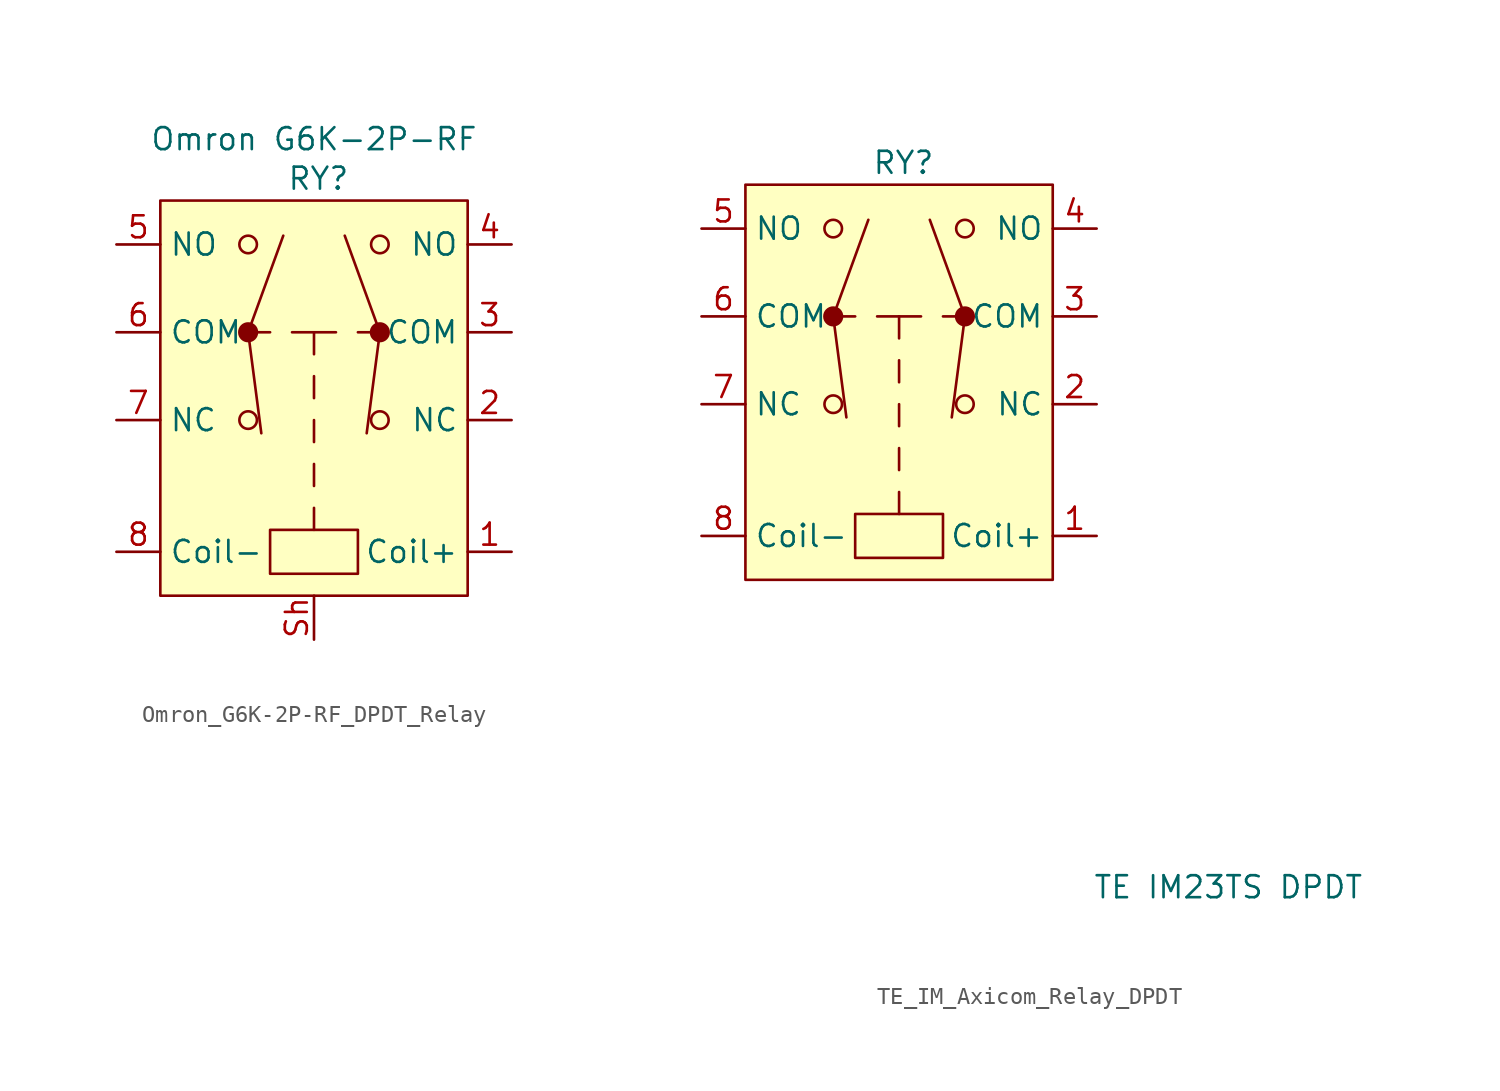
<source format=kicad_sym>
(kicad_symbol_lib
  (version 20231120)
  (generator "kicad_symbol_editor")
  (generator_version "8.0")
  (symbol "Omron_G6K-2P-RF_DPDT_Relay"
    (property "Reference" "RY"
      (at 0.254 13.97 0)
      (effects (font (size 1.27 1.27))))
    (property "Value" "Omron G6K-2P-RF"
      (at 0 16.256 0)
      (effects (font (size 1.27 1.27))))
    (symbol "Omron_G6K-2P-RF_DPDT_Relay_0_0"
      (circle (center -3.81 0) (radius 0.508) (stroke (width 0) (type default)) (fill (type none)))
      (circle (center 3.81 0) (radius 0.508) (stroke (width 0) (type default)) (fill (type none))))
    (symbol "Omron_G6K-2P-RF_DPDT_Relay_0_1"
      (circle (center -3.81 10.16) (radius 0.508) (stroke (width 0) (type default)) (fill (type none)))
      (polyline (pts (xy -3.81 5.08) (xy -1.778 10.668)) (stroke (width 0) (type default)) (fill (type none)))
      (polyline (pts (xy -3.048 -0.762) (xy -3.81 5.08)) (stroke (width 0) (type default)) (fill (type none)))
      (polyline (pts (xy 3.048 -0.762) (xy 3.81 5.08)) (stroke (width 0) (type default)) (fill (type none)))
      (polyline (pts (xy 3.81 5.08) (xy 1.778 10.668)) (stroke (width 0) (type default)) (fill (type none)))
      (circle (center 3.81 10.16) (radius 0.508) (stroke (width 0) (type default)) (fill (type none))))
    (symbol "Omron_G6K-2P-RF_DPDT_Relay_1_0"
      (circle (center -3.81 5.08) (radius 0.508) (stroke (width 0) (type default)) (fill (type outline)))
      (rectangle (start -2.54 -6.35) (end 2.54 -8.89) (stroke (width 0) (type default)) (fill (type none)))
      (polyline (pts (xy -2.54 5.08) (xy -3.81 5.08)) (stroke (width 0) (type default)) (fill (type none)))
      (polyline (pts (xy 0 -5.08) (xy 0 -6.35)) (stroke (width 0) (type default)) (fill (type none)))
      (polyline (pts (xy 0 -2.54) (xy 0 -3.81)) (stroke (width 0) (type default)) (fill (type none)))
      (polyline (pts (xy 0 -1.27) (xy 0 0)) (stroke (width 0) (type default)) (fill (type none)))
      (polyline (pts (xy 0 1.27) (xy 0 2.54)) (stroke (width 0) (type default)) (fill (type none)))
      (polyline (pts (xy 0 3.81) (xy 0 5.08)) (stroke (width 0) (type default)) (fill (type none)))
      (polyline (pts (xy 0 5.08) (xy -1.27 5.08)) (stroke (width 0) (type default)) (fill (type none)))
      (polyline (pts (xy 1.27 5.08) (xy 0 5.08)) (stroke (width 0) (type default)) (fill (type none)))
      (polyline (pts (xy 2.54 5.08) (xy 3.81 5.08)) (stroke (width 0) (type default)) (fill (type none)))
      (circle (center 3.81 5.08) (radius 0.508) (stroke (width 0) (type default)) (fill (type outline))))
    (symbol "Omron_G6K-2P-RF_DPDT_Relay_1_1"
      (rectangle (start -8.89 12.7) (end 8.89 -10.16) (stroke (width 0) (type default)) (fill (type background)))
      (pin input line (at 11.43 -7.62 180) (length 2.54) (name "Coil+" (effects (font (size 1.27 1.27)))) (number "1" (effects (font (size 1.27 1.27)))))
      (pin passive line (at 11.43 0 180) (length 2.54) (name "NC" (effects (font (size 1.27 1.27)))) (number "2" (effects (font (size 1.27 1.27)))))
      (pin passive line (at 11.43 5.08 180) (length 2.54) (name "COM" (effects (font (size 1.27 1.27)))) (number "3" (effects (font (size 1.27 1.27)))))
      (pin passive line (at 11.43 10.16 180) (length 2.54) (name "NO" (effects (font (size 1.27 1.27)))) (number "4" (effects (font (size 1.27 1.27)))))
      (pin passive line (at -11.43 10.16 0) (length 2.54) (name "NO" (effects (font (size 1.27 1.27)))) (number "5" (effects (font (size 1.27 1.27)))))
      (pin passive line (at -11.43 5.08 0) (length 2.54) (name "COM" (effects (font (size 1.27 1.27)))) (number "6" (effects (font (size 1.27 1.27)))))
      (pin passive line (at -11.43 0 0) (length 2.54) (name "NC" (effects (font (size 1.27 1.27)))) (number "7" (effects (font (size 1.27 1.27)))))
      (pin output line (at -11.43 -7.62 0) (length 2.54) (name "Coil-" (effects (font (size 1.27 1.27)))) (number "8" (effects (font (size 1.27 1.27)))))
      (pin passive line (at 0 -12.7 90) (length 2.54) (name "" (effects (font (size 1.27 1.27)))) (number "Sh" (effects (font (size 1.27 1.27)))))))
  (symbol "TE_IM_Axicom_Relay_DPDT"
    (property "Reference" "RY"
      (at 0.254 13.97 0)
      (effects (font (size 1.27 1.27))))
    (property "Value" "TE IM23TS DPDT"
      (at 19.05 -27.94 0)
      (effects (font (size 1.27 1.27))))
    (symbol "TE_IM_Axicom_Relay_DPDT_0_0"
      (circle (center -3.81 0) (radius 0.508) (stroke (width 0) (type default)) (fill (type none)))
      (circle (center 3.81 0) (radius 0.508) (stroke (width 0) (type default)) (fill (type none))))
    (symbol "TE_IM_Axicom_Relay_DPDT_0_1"
      (circle (center -3.81 10.16) (radius 0.508) (stroke (width 0) (type default)) (fill (type none)))
      (polyline (pts (xy -3.81 5.08) (xy -1.778 10.668)) (stroke (width 0) (type default)) (fill (type none)))
      (polyline (pts (xy -3.048 -0.762) (xy -3.81 5.08)) (stroke (width 0) (type default)) (fill (type none)))
      (polyline (pts (xy 3.048 -0.762) (xy 3.81 5.08)) (stroke (width 0) (type default)) (fill (type none)))
      (polyline (pts (xy 3.81 5.08) (xy 1.778 10.668)) (stroke (width 0) (type default)) (fill (type none)))
      (circle (center 3.81 10.16) (radius 0.508) (stroke (width 0) (type default)) (fill (type none))))
    (symbol "TE_IM_Axicom_Relay_DPDT_1_0"
      (circle (center -3.81 5.08) (radius 0.508) (stroke (width 0) (type default)) (fill (type outline)))
      (rectangle (start -2.54 -6.35) (end 2.54 -8.89) (stroke (width 0) (type default)) (fill (type none)))
      (polyline (pts (xy -2.54 5.08) (xy -3.81 5.08)) (stroke (width 0) (type default)) (fill (type none)))
      (polyline (pts (xy 0 -5.08) (xy 0 -6.35)) (stroke (width 0) (type default)) (fill (type none)))
      (polyline (pts (xy 0 -2.54) (xy 0 -3.81)) (stroke (width 0) (type default)) (fill (type none)))
      (polyline (pts (xy 0 -1.27) (xy 0 0)) (stroke (width 0) (type default)) (fill (type none)))
      (polyline (pts (xy 0 1.27) (xy 0 2.54)) (stroke (width 0) (type default)) (fill (type none)))
      (polyline (pts (xy 0 3.81) (xy 0 5.08)) (stroke (width 0) (type default)) (fill (type none)))
      (polyline (pts (xy 0 5.08) (xy -1.27 5.08)) (stroke (width 0) (type default)) (fill (type none)))
      (polyline (pts (xy 1.27 5.08) (xy 0 5.08)) (stroke (width 0) (type default)) (fill (type none)))
      (polyline (pts (xy 2.54 5.08) (xy 3.81 5.08)) (stroke (width 0) (type default)) (fill (type none)))
      (circle (center 3.81 5.08) (radius 0.508) (stroke (width 0) (type default)) (fill (type outline))))
    (symbol "TE_IM_Axicom_Relay_DPDT_1_1"
      (rectangle (start -8.89 12.7) (end 8.89 -10.16) (stroke (width 0) (type default)) (fill (type background)))
      (pin input line (at 11.43 -7.62 180) (length 2.54) (name "Coil+" (effects (font (size 1.27 1.27)))) (number "1" (effects (font (size 1.27 1.27)))))
      (pin passive line (at 11.43 0 180) (length 2.54) (name "NC" (effects (font (size 1.27 1.27)))) (number "2" (effects (font (size 1.27 1.27)))))
      (pin passive line (at 11.43 5.08 180) (length 2.54) (name "COM" (effects (font (size 1.27 1.27)))) (number "3" (effects (font (size 1.27 1.27)))))
      (pin passive line (at 11.43 10.16 180) (length 2.54) (name "NO" (effects (font (size 1.27 1.27)))) (number "4" (effects (font (size 1.27 1.27)))))
      (pin passive line (at -11.43 10.16 0) (length 2.54) (name "NO" (effects (font (size 1.27 1.27)))) (number "5" (effects (font (size 1.27 1.27)))))
      (pin passive line (at -11.43 5.08 0) (length 2.54) (name "COM" (effects (font (size 1.27 1.27)))) (number "6" (effects (font (size 1.27 1.27)))))
      (pin passive line (at -11.43 0 0) (length 2.54) (name "NC" (effects (font (size 1.27 1.27)))) (number "7" (effects (font (size 1.27 1.27)))))
      (pin output line (at -11.43 -7.62 0) (length 2.54) (name "Coil-" (effects (font (size 1.27 1.27)))) (number "8" (effects (font (size 1.27 1.27))))))))
</source>
